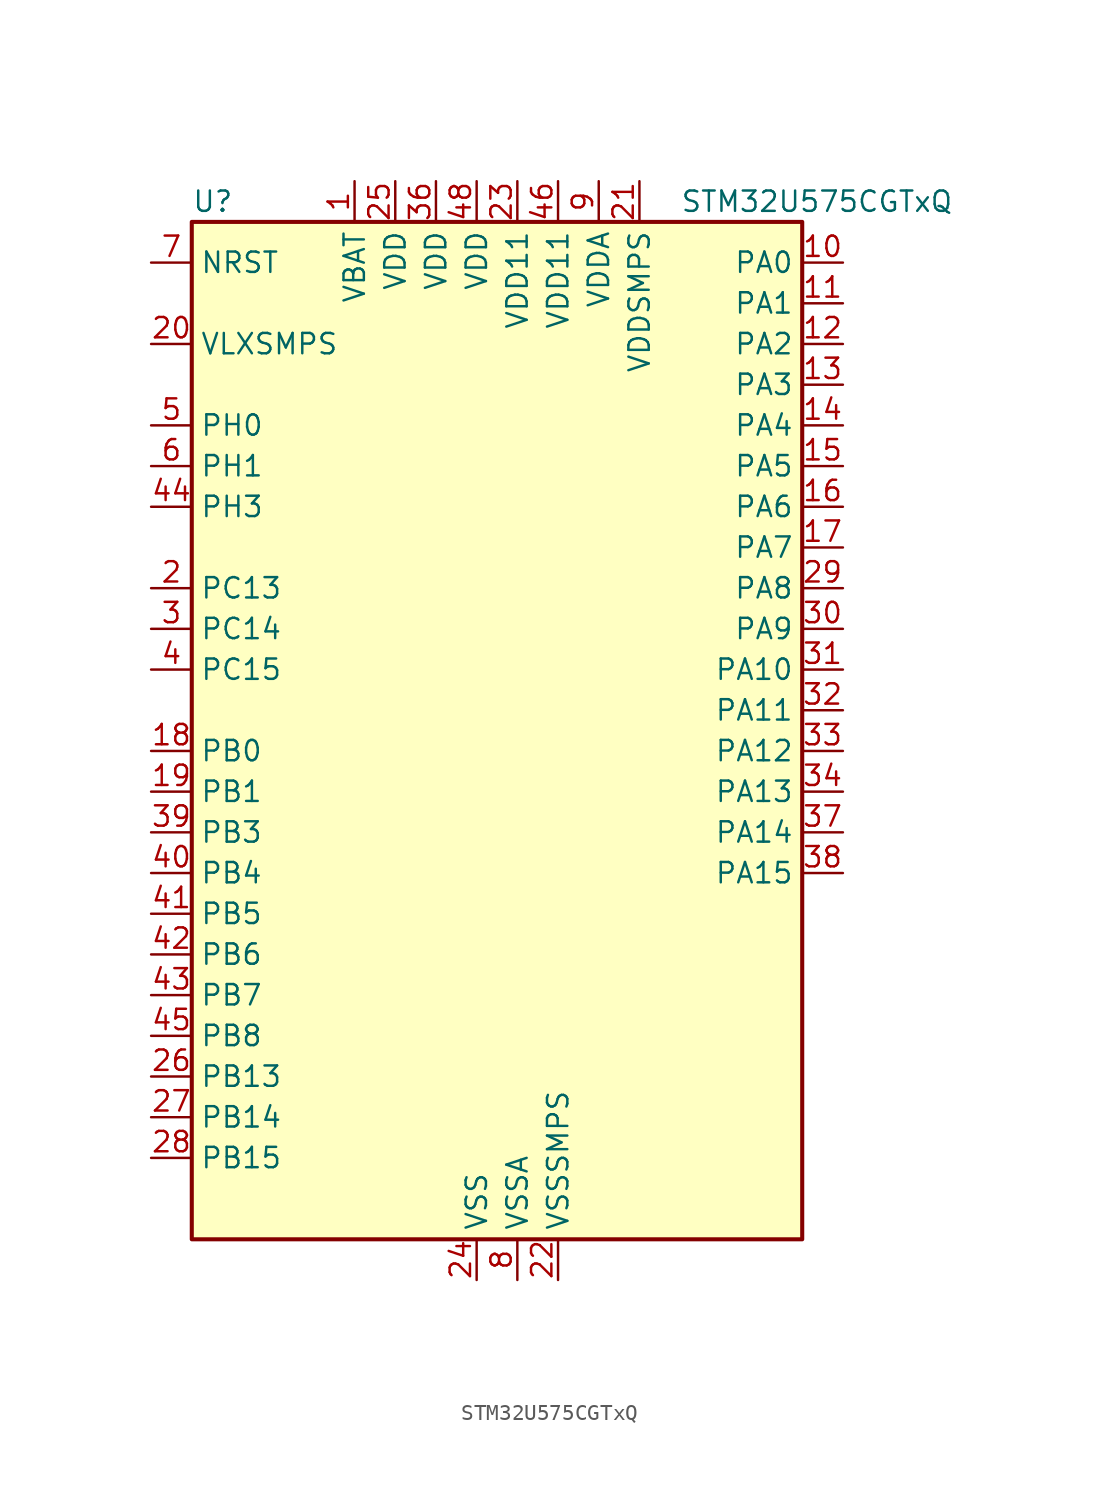
<source format=kicad_sym>
(kicad_symbol_lib
  (version 20220914)
  (generator kicad_symbol_editor)
  (symbol "STM32U575CGTxQ"
    (property "Reference" "U"
      (at -17.78 34.29 0)
      (effects (font (size 1.27 1.27)) (justify left)))
    (property "Value" "STM32U575CGTxQ"
      (at 12.7 34.29 0)
      (effects (font (size 1.27 1.27)) (justify left)))
    (property "ki_locked" ""
      (at 0 0 0)
      (effects (font (size 1.27 1.27))))
    (symbol "STM32U575CGTxQ_0_1"
      (rectangle (start -17.78 -30.48) (end 20.32 33.02) (stroke (width 0.254) (type default)) (fill (type background))))
    (symbol "STM32U575CGTxQ_1_1"
      (pin power_in line (at -7.62 35.56 270) (length 2.54) (name "VBAT" (effects (font (size 1.27 1.27)))) (number "1" (effects (font (size 1.27 1.27)))))
      (pin bidirectional line (at 22.86 30.48 180) (length 2.54) (name "PA0" (effects (font (size 1.27 1.27)))) (number "10" (effects (font (size 1.27 1.27)))) (alternate "ADC1_IN5" bidirectional line) (alternate "AUDIOCLK" bidirectional line) (alternate "OCTOSPIM_P2_NCS" bidirectional line) (alternate "OPAMP1_VINP" bidirectional line) (alternate "PWR_WKUP1" bidirectional line) (alternate "SPI3_RDY" bidirectional line) (alternate "TAMP_IN2" bidirectional line) (alternate "TAMP_OUT1" bidirectional line) (alternate "TIM2_CH1" bidirectional line) (alternate "TIM2_ETR" bidirectional line) (alternate "TIM5_CH1" bidirectional line) (alternate "TIM8_ETR" bidirectional line) (alternate "UART4_TX" bidirectional line) (alternate "USART2_CTS" bidirectional line))
      (pin bidirectional line (at 22.86 27.94 180) (length 2.54) (name "PA1" (effects (font (size 1.27 1.27)))) (number "11" (effects (font (size 1.27 1.27)))) (alternate "ADC1_IN6" bidirectional line) (alternate "I2C1_SMBA" bidirectional line) (alternate "LPTIM1_CH2" bidirectional line) (alternate "OCTOSPIM_P1_DQS" bidirectional line) (alternate "OPAMP1_VINM" bidirectional line) (alternate "PWR_WKUP3" bidirectional line) (alternate "SPI1_SCK" bidirectional line) (alternate "TAMP_IN5" bidirectional line) (alternate "TAMP_OUT4" bidirectional line) (alternate "TIM15_CH1N" bidirectional line) (alternate "TIM2_CH2" bidirectional line) (alternate "TIM5_CH2" bidirectional line) (alternate "UART4_RX" bidirectional line) (alternate "USART2_DE" bidirectional line) (alternate "USART2_RTS" bidirectional line))
      (pin bidirectional line (at 22.86 25.4 180) (length 2.54) (name "PA2" (effects (font (size 1.27 1.27)))) (number "12" (effects (font (size 1.27 1.27)))) (alternate "ADC1_IN7" bidirectional line) (alternate "COMP1_INP" bidirectional line) (alternate "LPUART1_TX" bidirectional line) (alternate "OCTOSPIM_P1_NCS" bidirectional line) (alternate "PWR_WKUP4" bidirectional line) (alternate "RCC_LSCO" bidirectional line) (alternate "SPI1_RDY" bidirectional line) (alternate "TIM15_CH1" bidirectional line) (alternate "TIM2_CH3" bidirectional line) (alternate "TIM5_CH3" bidirectional line) (alternate "UCPD1_FRSTX1" bidirectional line) (alternate "USART2_TX" bidirectional line))
      (pin bidirectional line (at 22.86 22.86 180) (length 2.54) (name "PA3" (effects (font (size 1.27 1.27)))) (number "13" (effects (font (size 1.27 1.27)))) (alternate "ADC1_IN8" bidirectional line) (alternate "LPUART1_RX" bidirectional line) (alternate "OCTOSPIM_P1_CLK" bidirectional line) (alternate "OPAMP1_VOUT" bidirectional line) (alternate "PWR_WKUP5" bidirectional line) (alternate "SAI1_CK1" bidirectional line) (alternate "SAI1_MCLK_A" bidirectional line) (alternate "TIM15_CH2" bidirectional line) (alternate "TIM2_CH4" bidirectional line) (alternate "TIM5_CH4" bidirectional line) (alternate "USART2_RX" bidirectional line))
      (pin bidirectional line (at 22.86 20.32 180) (length 2.54) (name "PA4" (effects (font (size 1.27 1.27)))) (number "14" (effects (font (size 1.27 1.27)))) (alternate "ADC1_IN9" bidirectional line) (alternate "ADC4_IN9" bidirectional line) (alternate "DAC1_OUT1" bidirectional line) (alternate "LPTIM2_CH1" bidirectional line) (alternate "OCTOSPIM_P1_NCS" bidirectional line) (alternate "PWR_WKUP2" bidirectional line) (alternate "SAI1_FS_B" bidirectional line) (alternate "SPI1_NSS" bidirectional line) (alternate "SPI3_NSS" bidirectional line) (alternate "USART2_CK" bidirectional line))
      (pin bidirectional line (at 22.86 17.78 180) (length 2.54) (name "PA5" (effects (font (size 1.27 1.27)))) (number "15" (effects (font (size 1.27 1.27)))) (alternate "ADC1_IN10" bidirectional line) (alternate "ADC4_IN10" bidirectional line) (alternate "DAC1_OUT2" bidirectional line) (alternate "LPTIM2_ETR" bidirectional line) (alternate "PWR_CSLEEP" bidirectional line) (alternate "PWR_WKUP6" bidirectional line) (alternate "SPI1_SCK" bidirectional line) (alternate "TIM2_CH1" bidirectional line) (alternate "TIM2_ETR" bidirectional line) (alternate "TIM8_CH1N" bidirectional line) (alternate "USART3_RX" bidirectional line))
      (pin bidirectional line (at 22.86 15.24 180) (length 2.54) (name "PA6" (effects (font (size 1.27 1.27)))) (number "16" (effects (font (size 1.27 1.27)))) (alternate "ADC1_IN11" bidirectional line) (alternate "ADC4_IN11" bidirectional line) (alternate "LPUART1_CTS" bidirectional line) (alternate "OCTOSPIM_P1_IO3" bidirectional line) (alternate "OPAMP2_VINP" bidirectional line) (alternate "PWR_CDSTOP" bidirectional line) (alternate "PWR_WKUP7" bidirectional line) (alternate "SPI1_MISO" bidirectional line) (alternate "TIM16_CH1" bidirectional line) (alternate "TIM1_BKIN" bidirectional line) (alternate "TIM3_CH1" bidirectional line) (alternate "TIM8_BKIN" bidirectional line) (alternate "USART3_CTS" bidirectional line))
      (pin bidirectional line (at 22.86 12.7 180) (length 2.54) (name "PA7" (effects (font (size 1.27 1.27)))) (number "17" (effects (font (size 1.27 1.27)))) (alternate "ADC1_IN12" bidirectional line) (alternate "ADC4_IN20" bidirectional line) (alternate "I2C3_SCL" bidirectional line) (alternate "LPTIM2_CH2" bidirectional line) (alternate "OCTOSPIM_P1_IO2" bidirectional line) (alternate "OPAMP2_VINM" bidirectional line) (alternate "PWR_SRDSTOP" bidirectional line) (alternate "PWR_WKUP8" bidirectional line) (alternate "SPI1_MOSI" bidirectional line) (alternate "TIM17_CH1" bidirectional line) (alternate "TIM1_CH1N" bidirectional line) (alternate "TIM3_CH2" bidirectional line) (alternate "TIM8_CH1N" bidirectional line) (alternate "USART3_TX" bidirectional line))
      (pin bidirectional line (at -20.32 0 0) (length 2.54) (name "PB0" (effects (font (size 1.27 1.27)))) (number "18" (effects (font (size 1.27 1.27)))) (alternate "ADC1_IN15" bidirectional line) (alternate "ADC4_IN18" bidirectional line) (alternate "AUDIOCLK" bidirectional line) (alternate "COMP1_OUT" bidirectional line) (alternate "LPTIM3_CH1" bidirectional line) (alternate "OCTOSPIM_P1_IO1" bidirectional line) (alternate "OPAMP2_VOUT" bidirectional line) (alternate "SPI1_NSS" bidirectional line) (alternate "TIM1_CH2N" bidirectional line) (alternate "TIM3_CH3" bidirectional line) (alternate "TIM8_CH2N" bidirectional line) (alternate "USART3_CK" bidirectional line))
      (pin bidirectional line (at -20.32 -2.54 0) (length 2.54) (name "PB1" (effects (font (size 1.27 1.27)))) (number "19" (effects (font (size 1.27 1.27)))) (alternate "ADC1_IN16" bidirectional line) (alternate "ADC4_IN19" bidirectional line) (alternate "COMP1_INM" bidirectional line) (alternate "LPTIM2_IN1" bidirectional line) (alternate "LPTIM3_CH2" bidirectional line) (alternate "LPUART1_DE" bidirectional line) (alternate "LPUART1_RTS" bidirectional line) (alternate "MDF1_SDI0" bidirectional line) (alternate "OCTOSPIM_P1_IO0" bidirectional line) (alternate "PWR_WKUP4" bidirectional line) (alternate "TIM1_CH3N" bidirectional line) (alternate "TIM3_CH4" bidirectional line) (alternate "TIM8_CH3N" bidirectional line) (alternate "USART3_DE" bidirectional line) (alternate "USART3_RTS" bidirectional line))
      (pin bidirectional line (at -20.32 10.16 0) (length 2.54) (name "PC13" (effects (font (size 1.27 1.27)))) (number "2" (effects (font (size 1.27 1.27)))) (alternate "PWR_WKUP2" bidirectional line) (alternate "RTC_OUT1" bidirectional line) (alternate "RTC_TS" bidirectional line) (alternate "TAMP_IN1" bidirectional line) (alternate "TAMP_OUT2" bidirectional line))
      (pin power_in line (at -20.32 25.4 0) (length 2.54) (name "VLXSMPS" (effects (font (size 1.27 1.27)))) (number "20" (effects (font (size 1.27 1.27)))))
      (pin power_in line (at 10.16 35.56 270) (length 2.54) (name "VDDSMPS" (effects (font (size 1.27 1.27)))) (number "21" (effects (font (size 1.27 1.27)))))
      (pin power_in line (at 5.08 -33.02 90) (length 2.54) (name "VSSSMPS" (effects (font (size 1.27 1.27)))) (number "22" (effects (font (size 1.27 1.27)))))
      (pin power_in line (at 2.54 35.56 270) (length 2.54) (name "VDD11" (effects (font (size 1.27 1.27)))) (number "23" (effects (font (size 1.27 1.27)))))
      (pin power_in line (at 0 -33.02 90) (length 2.54) (name "VSS" (effects (font (size 1.27 1.27)))) (number "24" (effects (font (size 1.27 1.27)))))
      (pin power_in line (at -5.08 35.56 270) (length 2.54) (name "VDD" (effects (font (size 1.27 1.27)))) (number "25" (effects (font (size 1.27 1.27)))))
      (pin bidirectional line (at -20.32 -20.32 0) (length 2.54) (name "PB13" (effects (font (size 1.27 1.27)))) (number "26" (effects (font (size 1.27 1.27)))) (alternate "I2C2_SCL" bidirectional line) (alternate "LPTIM3_IN1" bidirectional line) (alternate "LPUART1_CTS" bidirectional line) (alternate "MDF1_CKI1" bidirectional line) (alternate "SPI2_SCK" bidirectional line) (alternate "TIM15_CH1N" bidirectional line) (alternate "TIM1_CH1N" bidirectional line) (alternate "TSC_G1_IO2" bidirectional line) (alternate "USART3_CTS" bidirectional line))
      (pin bidirectional line (at -20.32 -22.86 0) (length 2.54) (name "PB14" (effects (font (size 1.27 1.27)))) (number "27" (effects (font (size 1.27 1.27)))) (alternate "I2C2_SDA" bidirectional line) (alternate "LPTIM3_ETR" bidirectional line) (alternate "MDF1_SDI2" bidirectional line) (alternate "SPI2_MISO" bidirectional line) (alternate "TIM15_CH1" bidirectional line) (alternate "TIM1_CH2N" bidirectional line) (alternate "TIM8_CH2N" bidirectional line) (alternate "TSC_G1_IO3" bidirectional line) (alternate "UCPD1_DBCC2" bidirectional line) (alternate "USART3_DE" bidirectional line) (alternate "USART3_RTS" bidirectional line))
      (pin bidirectional line (at -20.32 -25.4 0) (length 2.54) (name "PB15" (effects (font (size 1.27 1.27)))) (number "28" (effects (font (size 1.27 1.27)))) (alternate "ADC1_EXTI15" bidirectional line) (alternate "ADC4_EXTI15" bidirectional line) (alternate "LPTIM2_IN2" bidirectional line) (alternate "MDF1_CKI2" bidirectional line) (alternate "PWR_WKUP7" bidirectional line) (alternate "RTC_REFIN" bidirectional line) (alternate "SPI2_MOSI" bidirectional line) (alternate "TIM15_CH2" bidirectional line) (alternate "TIM1_CH3N" bidirectional line) (alternate "TIM8_CH3N" bidirectional line) (alternate "UCPD1_CC2" bidirectional line))
      (pin bidirectional line (at 22.86 10.16 180) (length 2.54) (name "PA8" (effects (font (size 1.27 1.27)))) (number "29" (effects (font (size 1.27 1.27)))) (alternate "DEBUG_TRACECLK" bidirectional line) (alternate "LPTIM2_CH1" bidirectional line) (alternate "RCC_MCO" bidirectional line) (alternate "SAI1_CK2" bidirectional line) (alternate "SAI1_SCK_A" bidirectional line) (alternate "SPI1_RDY" bidirectional line) (alternate "TIM1_CH1" bidirectional line) (alternate "USART1_CK" bidirectional line) (alternate "USB_OTG_FS_SOF" bidirectional line))
      (pin bidirectional line (at -20.32 7.62 0) (length 2.54) (name "PC14" (effects (font (size 1.27 1.27)))) (number "3" (effects (font (size 1.27 1.27)))) (alternate "RCC_OSC32_IN" bidirectional line))
      (pin bidirectional line (at 22.86 7.62 180) (length 2.54) (name "PA9" (effects (font (size 1.27 1.27)))) (number "30" (effects (font (size 1.27 1.27)))) (alternate "DAC1_EXTI9" bidirectional line) (alternate "SAI1_FS_A" bidirectional line) (alternate "SPI2_SCK" bidirectional line) (alternate "TIM15_BKIN" bidirectional line) (alternate "TIM1_CH2" bidirectional line) (alternate "USART1_TX" bidirectional line) (alternate "USB_OTG_FS_VBUS" bidirectional line))
      (pin bidirectional line (at 22.86 5.08 180) (length 2.54) (name "PA10" (effects (font (size 1.27 1.27)))) (number "31" (effects (font (size 1.27 1.27)))) (alternate "CRS_SYNC" bidirectional line) (alternate "LPTIM2_IN2" bidirectional line) (alternate "SAI1_D1" bidirectional line) (alternate "SAI1_SD_A" bidirectional line) (alternate "TIM17_BKIN" bidirectional line) (alternate "TIM1_CH3" bidirectional line) (alternate "USART1_RX" bidirectional line) (alternate "USB_OTG_FS_ID" bidirectional line))
      (pin bidirectional line (at 22.86 2.54 180) (length 2.54) (name "PA11" (effects (font (size 1.27 1.27)))) (number "32" (effects (font (size 1.27 1.27)))) (alternate "ADC1_EXTI11" bidirectional line) (alternate "FDCAN1_RX" bidirectional line) (alternate "SPI1_MISO" bidirectional line) (alternate "TIM1_BKIN2" bidirectional line) (alternate "TIM1_CH4" bidirectional line) (alternate "USART1_CTS" bidirectional line) (alternate "USB_OTG_FS_DM" bidirectional line))
      (pin bidirectional line (at 22.86 0 180) (length 2.54) (name "PA12" (effects (font (size 1.27 1.27)))) (number "33" (effects (font (size 1.27 1.27)))) (alternate "FDCAN1_TX" bidirectional line) (alternate "OCTOSPIM_P2_NCS" bidirectional line) (alternate "SPI1_MOSI" bidirectional line) (alternate "TIM1_ETR" bidirectional line) (alternate "USART1_DE" bidirectional line) (alternate "USART1_RTS" bidirectional line) (alternate "USB_OTG_FS_DP" bidirectional line))
      (pin bidirectional line (at 22.86 -2.54 180) (length 2.54) (name "PA13" (effects (font (size 1.27 1.27)))) (number "34" (effects (font (size 1.27 1.27)))) (alternate "DEBUG_JTMS-SWDIO" bidirectional line) (alternate "IR_OUT" bidirectional line) (alternate "SAI1_SD_B" bidirectional line) (alternate "USB_OTG_FS_NOE" bidirectional line))
      (pin passive line (at 0 -33.02 90) (length 2.54) hide (name "VSS" (effects (font (size 1.27 1.27)))) (number "35" (effects (font (size 1.27 1.27)))))
      (pin power_in line (at -2.54 35.56 270) (length 2.54) (name "VDD" (effects (font (size 1.27 1.27)))) (number "36" (effects (font (size 1.27 1.27)))))
      (pin bidirectional line (at 22.86 -5.08 180) (length 2.54) (name "PA14" (effects (font (size 1.27 1.27)))) (number "37" (effects (font (size 1.27 1.27)))) (alternate "DEBUG_JTCK-SWCLK" bidirectional line) (alternate "I2C1_SMBA" bidirectional line) (alternate "I2C4_SMBA" bidirectional line) (alternate "LPTIM1_CH1" bidirectional line) (alternate "SAI1_FS_B" bidirectional line) (alternate "USB_OTG_FS_SOF" bidirectional line))
      (pin bidirectional line (at 22.86 -7.62 180) (length 2.54) (name "PA15" (effects (font (size 1.27 1.27)))) (number "38" (effects (font (size 1.27 1.27)))) (alternate "ADC1_EXTI15" bidirectional line) (alternate "ADC4_EXTI15" bidirectional line) (alternate "DEBUG_JTDI" bidirectional line) (alternate "SPI1_NSS" bidirectional line) (alternate "SPI3_NSS" bidirectional line) (alternate "TIM2_CH1" bidirectional line) (alternate "TIM2_ETR" bidirectional line) (alternate "UART4_DE" bidirectional line) (alternate "UART4_RTS" bidirectional line) (alternate "UCPD1_CC1" bidirectional line) (alternate "USART2_RX" bidirectional line) (alternate "USART3_DE" bidirectional line) (alternate "USART3_RTS" bidirectional line))
      (pin bidirectional line (at -20.32 -5.08 0) (length 2.54) (name "PB3" (effects (font (size 1.27 1.27)))) (number "39" (effects (font (size 1.27 1.27)))) (alternate "ADF1_CCK0" bidirectional line) (alternate "COMP2_INM" bidirectional line) (alternate "CRS_SYNC" bidirectional line) (alternate "DEBUG_JTDO-SWO" bidirectional line) (alternate "I2C1_SDA" bidirectional line) (alternate "LPTIM1_CH1" bidirectional line) (alternate "SAI1_SCK_B" bidirectional line) (alternate "SPI1_SCK" bidirectional line) (alternate "SPI3_SCK" bidirectional line) (alternate "TIM2_CH2" bidirectional line) (alternate "USART1_DE" bidirectional line) (alternate "USART1_RTS" bidirectional line))
      (pin bidirectional line (at -20.32 5.08 0) (length 2.54) (name "PC15" (effects (font (size 1.27 1.27)))) (number "4" (effects (font (size 1.27 1.27)))) (alternate "ADC1_EXTI15" bidirectional line) (alternate "ADC4_EXTI15" bidirectional line) (alternate "RCC_OSC32_OUT" bidirectional line))
      (pin bidirectional line (at -20.32 -7.62 0) (length 2.54) (name "PB4" (effects (font (size 1.27 1.27)))) (number "40" (effects (font (size 1.27 1.27)))) (alternate "ADF1_SDI0" bidirectional line) (alternate "COMP2_INP" bidirectional line) (alternate "DEBUG_JTRST" bidirectional line) (alternate "I2C3_SDA" bidirectional line) (alternate "LPTIM1_CH2" bidirectional line) (alternate "SAI1_MCLK_B" bidirectional line) (alternate "SPI1_MISO" bidirectional line) (alternate "SPI3_MISO" bidirectional line) (alternate "TIM17_BKIN" bidirectional line) (alternate "TIM3_CH1" bidirectional line) (alternate "TSC_G2_IO1" bidirectional line) (alternate "USART1_CTS" bidirectional line))
      (pin bidirectional line (at -20.32 -10.16 0) (length 2.54) (name "PB5" (effects (font (size 1.27 1.27)))) (number "41" (effects (font (size 1.27 1.27)))) (alternate "COMP2_OUT" bidirectional line) (alternate "I2C1_SMBA" bidirectional line) (alternate "LPTIM1_IN1" bidirectional line) (alternate "OCTOSPIM_P1_NCLK" bidirectional line) (alternate "PWR_WKUP6" bidirectional line) (alternate "SAI1_SD_B" bidirectional line) (alternate "SPI1_MOSI" bidirectional line) (alternate "SPI3_MOSI" bidirectional line) (alternate "TIM16_BKIN" bidirectional line) (alternate "TIM3_CH2" bidirectional line) (alternate "TSC_G2_IO2" bidirectional line) (alternate "UCPD1_DBCC1" bidirectional line) (alternate "USART1_CK" bidirectional line))
      (pin bidirectional line (at -20.32 -12.7 0) (length 2.54) (name "PB6" (effects (font (size 1.27 1.27)))) (number "42" (effects (font (size 1.27 1.27)))) (alternate "COMP2_INP" bidirectional line) (alternate "I2C1_SCL" bidirectional line) (alternate "I2C4_SCL" bidirectional line) (alternate "LPTIM1_ETR" bidirectional line) (alternate "MDF1_SDI5" bidirectional line) (alternate "PWR_WKUP3" bidirectional line) (alternate "SAI1_FS_B" bidirectional line) (alternate "TIM16_CH1N" bidirectional line) (alternate "TIM4_CH1" bidirectional line) (alternate "TIM8_BKIN2" bidirectional line) (alternate "TSC_G2_IO3" bidirectional line) (alternate "USART1_TX" bidirectional line))
      (pin bidirectional line (at -20.32 -15.24 0) (length 2.54) (name "PB7" (effects (font (size 1.27 1.27)))) (number "43" (effects (font (size 1.27 1.27)))) (alternate "COMP2_INM" bidirectional line) (alternate "I2C1_SDA" bidirectional line) (alternate "I2C4_SDA" bidirectional line) (alternate "LPTIM1_IN2" bidirectional line) (alternate "MDF1_CKI5" bidirectional line) (alternate "PWR_PVD_IN" bidirectional line) (alternate "PWR_WKUP4" bidirectional line) (alternate "TIM17_CH1N" bidirectional line) (alternate "TIM4_CH2" bidirectional line) (alternate "TIM8_BKIN" bidirectional line) (alternate "TSC_G2_IO4" bidirectional line) (alternate "UART4_CTS" bidirectional line) (alternate "USART1_RX" bidirectional line))
      (pin bidirectional line (at -20.32 15.24 0) (length 2.54) (name "PH3" (effects (font (size 1.27 1.27)))) (number "44" (effects (font (size 1.27 1.27)))))
      (pin bidirectional line (at -20.32 -17.78 0) (length 2.54) (name "PB8" (effects (font (size 1.27 1.27)))) (number "45" (effects (font (size 1.27 1.27)))) (alternate "FDCAN1_RX" bidirectional line) (alternate "I2C1_SCL" bidirectional line) (alternate "MDF1_CCK0" bidirectional line) (alternate "PWR_WKUP5" bidirectional line) (alternate "SAI1_CK1" bidirectional line) (alternate "SAI1_MCLK_A" bidirectional line) (alternate "SPI3_RDY" bidirectional line) (alternate "TIM16_CH1" bidirectional line) (alternate "TIM4_CH3" bidirectional line))
      (pin power_in line (at 5.08 35.56 270) (length 2.54) (name "VDD11" (effects (font (size 1.27 1.27)))) (number "46" (effects (font (size 1.27 1.27)))))
      (pin passive line (at 0 -33.02 90) (length 2.54) hide (name "VSS" (effects (font (size 1.27 1.27)))) (number "47" (effects (font (size 1.27 1.27)))))
      (pin power_in line (at 0 35.56 270) (length 2.54) (name "VDD" (effects (font (size 1.27 1.27)))) (number "48" (effects (font (size 1.27 1.27)))))
      (pin bidirectional line (at -20.32 20.32 0) (length 2.54) (name "PH0" (effects (font (size 1.27 1.27)))) (number "5" (effects (font (size 1.27 1.27)))) (alternate "RCC_OSC_IN" bidirectional line))
      (pin bidirectional line (at -20.32 17.78 0) (length 2.54) (name "PH1" (effects (font (size 1.27 1.27)))) (number "6" (effects (font (size 1.27 1.27)))) (alternate "RCC_OSC_OUT" bidirectional line))
      (pin input line (at -20.32 30.48 0) (length 2.54) (name "NRST" (effects (font (size 1.27 1.27)))) (number "7" (effects (font (size 1.27 1.27)))))
      (pin power_in line (at 2.54 -33.02 90) (length 2.54) (name "VSSA" (effects (font (size 1.27 1.27)))) (number "8" (effects (font (size 1.27 1.27)))))
      (pin power_in line (at 7.62 35.56 270) (length 2.54) (name "VDDA" (effects (font (size 1.27 1.27)))) (number "9" (effects (font (size 1.27 1.27))))))))
</source>
